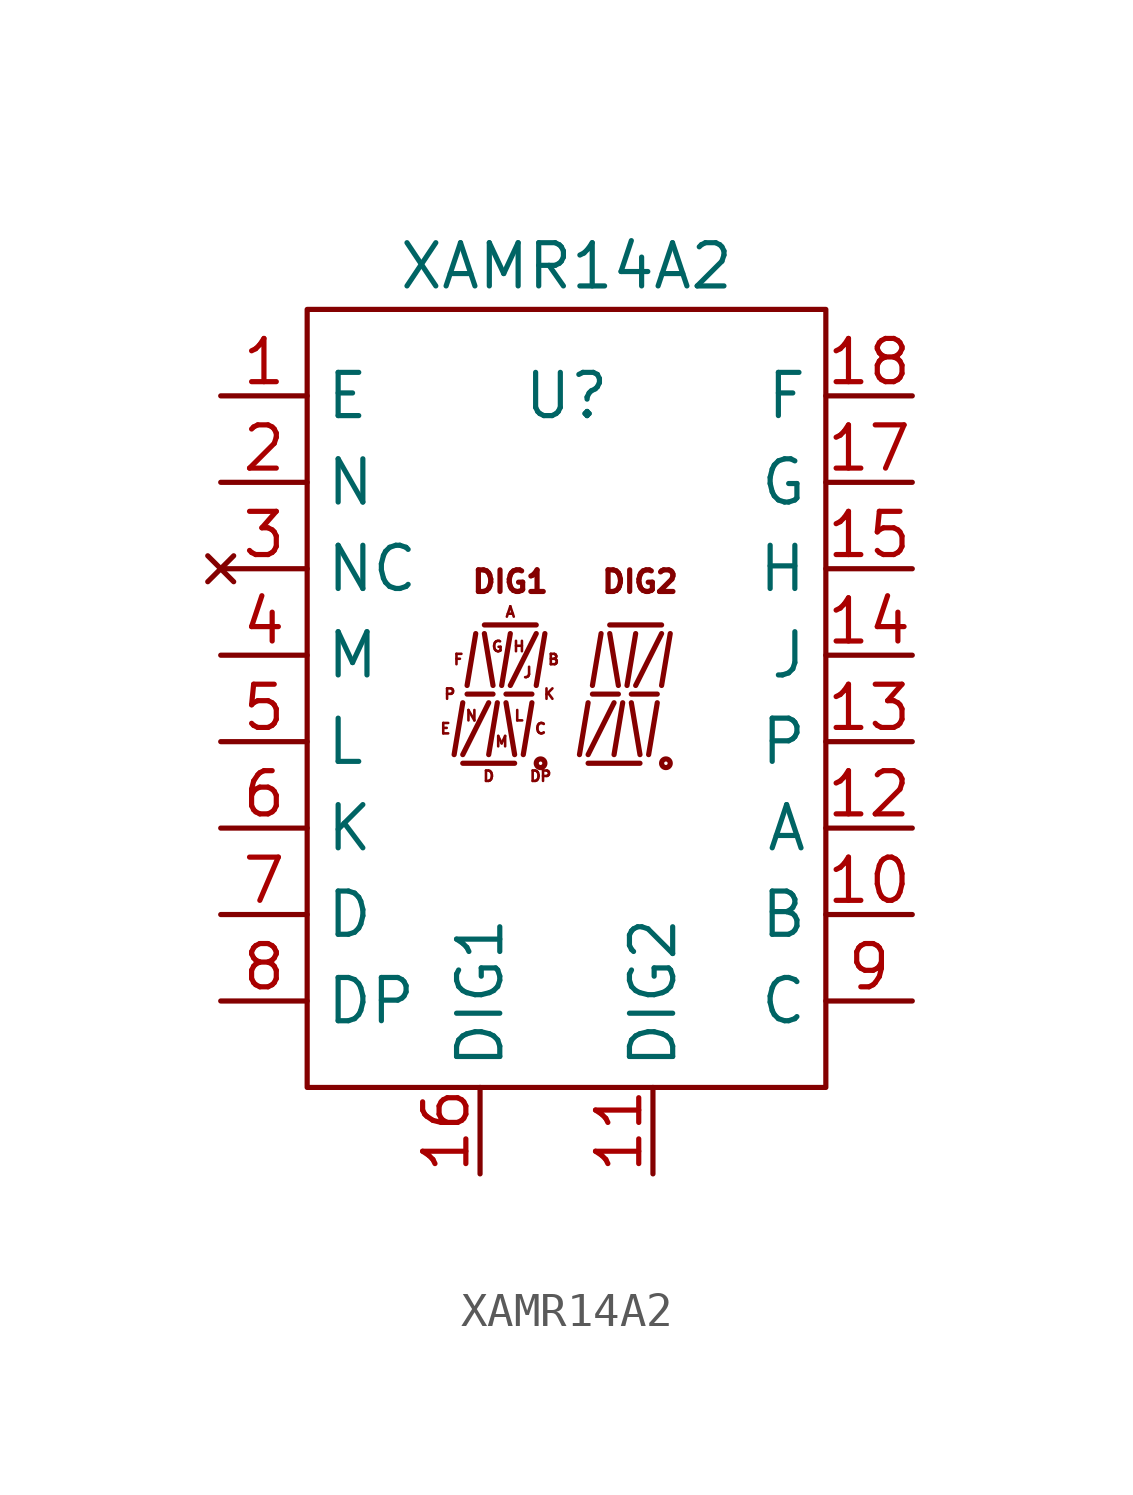
<source format=kicad_sym>
(kicad_symbol_lib
  (version 20211014)
  (generator kicad_symbol_editor)
  (symbol "XAMR14A2"
    (property "Reference" "U"
      (at 0 8.89 0)
      (effects (font (size 1.27 1.27))))
    (property "Value" "XAMR14A2"
      (at 0 12.7 0)
      (effects (font (size 1.27 1.27))))
    (symbol "XAMR14A2_0_0"
      (text "A" (at -1.651 2.54 0) (effects (font (size 0.305 0.305))))
      (text "B" (at -0.381 1.143 0) (effects (font (size 0.305 0.305))))
      (text "C" (at -0.762 -0.889 0) (effects (font (size 0.305 0.305))))
      (text "D" (at -2.286 -2.286 0) (effects (font (size 0.305 0.305))))
      (text "DIG1" (at -1.651 3.429 0) (effects (font (size 0.635 0.635))))
      (text "DIG2" (at 2.159 3.429 0) (effects (font (size 0.635 0.635))))
      (text "DP" (at -0.762 -2.286 0) (effects (font (size 0.305 0.305))))
      (text "E" (at -3.556 -0.889 0) (effects (font (size 0.305 0.305))))
      (text "F" (at -3.175 1.143 0) (effects (font (size 0.305 0.305))))
      (text "G" (at -2.032 1.524 0) (effects (font (size 0.305 0.305))))
      (text "H" (at -1.397 1.524 0) (effects (font (size 0.305 0.305))))
      (text "J" (at -1.143 0.762 0) (effects (font (size 0.305 0.305))))
      (text "K" (at -0.508 0.127 0) (effects (font (size 0.305 0.305))))
      (text "L" (at -1.397 -0.508 0) (effects (font (size 0.305 0.305))))
      (text "M" (at -1.905 -1.27 0) (effects (font (size 0.305 0.305))))
      (text "N" (at -2.794 -0.508 0) (effects (font (size 0.305 0.305))))
      (text "P" (at -3.429 0.127 0) (effects (font (size 0.305 0.305)))))
    (symbol "XAMR14A2_0_1"
      (rectangle (start -7.62 11.43) (end 7.62 -11.43) (stroke (width 0) (type default) (color 0 0 0 0)) (fill (type none)))
      (circle (center -0.762 -1.905) (radius 0.127) (stroke (width 0) (type default) (color 0 0 0 0)) (fill (type none)))
      (polyline (pts (xy -3.302 -1.651) (xy -3.048 -0.127)) (stroke (width 0) (type default) (color 0 0 0 0)) (fill (type none)))
      (polyline (pts (xy -2.921 0.127) (xy -2.159 0.127)) (stroke (width 0) (type default) (color 0 0 0 0)) (fill (type none)))
      (polyline (pts (xy -2.413 2.159) (xy -0.889 2.159)) (stroke (width 0) (type default) (color 0 0 0 0)) (fill (type none)))
      (polyline (pts (xy -2.286 -0.127) (xy -3.048 -1.651)) (stroke (width 0) (type default) (color 0 0 0 0)) (fill (type none)))
      (polyline (pts (xy -2.159 0.381) (xy -2.413 1.905)) (stroke (width 0) (type default) (color 0 0 0 0)) (fill (type none)))
      (polyline (pts (xy -1.778 -0.127) (xy -1.524 -1.651)) (stroke (width 0) (type default) (color 0 0 0 0)) (fill (type none)))
      (polyline (pts (xy -1.651 0.381) (xy -0.889 1.905)) (stroke (width 0) (type default) (color 0 0 0 0)) (fill (type none)))
      (polyline (pts (xy -1.524 -1.905) (xy -3.048 -1.905)) (stroke (width 0) (type default) (color 0 0 0 0)) (fill (type none)))
      (polyline (pts (xy -1.016 0.127) (xy -1.778 0.127)) (stroke (width 0) (type default) (color 0 0 0 0)) (fill (type none))))
    (symbol "XAMR14A2_1_1"
      (polyline (pts (xy -2.921 0.381) (xy -2.667 1.905)) (stroke (width 0) (type default) (color 0 0 0 0)) (fill (type none)))
      (polyline (pts (xy -2.286 -1.651) (xy -2.032 -0.127)) (stroke (width 0) (type default) (color 0 0 0 0)) (fill (type none)))
      (polyline (pts (xy -1.905 0.381) (xy -1.651 1.905)) (stroke (width 0) (type default) (color 0 0 0 0)) (fill (type none)))
      (polyline (pts (xy -1.27 -1.651) (xy -1.016 -0.127)) (stroke (width 0) (type default) (color 0 0 0 0)) (fill (type none)))
      (polyline (pts (xy -0.889 0.381) (xy -0.635 1.905)) (stroke (width 0) (type default) (color 0 0 0 0)) (fill (type none)))
      (polyline (pts (xy 0.381 -1.651) (xy 0.635 -0.127)) (stroke (width 0) (type default) (color 0 0 0 0)) (fill (type none)))
      (polyline (pts (xy 0.762 0.127) (xy 1.524 0.127)) (stroke (width 0) (type default) (color 0 0 0 0)) (fill (type none)))
      (polyline (pts (xy 0.762 0.381) (xy 1.016 1.905)) (stroke (width 0) (type default) (color 0 0 0 0)) (fill (type none)))
      (polyline (pts (xy 1.27 2.159) (xy 2.794 2.159)) (stroke (width 0) (type default) (color 0 0 0 0)) (fill (type none)))
      (polyline (pts (xy 1.397 -1.651) (xy 1.651 -0.127)) (stroke (width 0) (type default) (color 0 0 0 0)) (fill (type none)))
      (polyline (pts (xy 1.397 -0.127) (xy 0.635 -1.651)) (stroke (width 0) (type default) (color 0 0 0 0)) (fill (type none)))
      (polyline (pts (xy 1.524 0.381) (xy 1.27 1.905)) (stroke (width 0) (type default) (color 0 0 0 0)) (fill (type none)))
      (polyline (pts (xy 1.778 0.381) (xy 2.032 1.905)) (stroke (width 0) (type default) (color 0 0 0 0)) (fill (type none)))
      (polyline (pts (xy 1.905 -0.127) (xy 2.159 -1.651)) (stroke (width 0) (type default) (color 0 0 0 0)) (fill (type none)))
      (polyline (pts (xy 2.032 0.381) (xy 2.794 1.905)) (stroke (width 0) (type default) (color 0 0 0 0)) (fill (type none)))
      (polyline (pts (xy 2.159 -1.905) (xy 0.635 -1.905)) (stroke (width 0) (type default) (color 0 0 0 0)) (fill (type none)))
      (polyline (pts (xy 2.413 -1.651) (xy 2.667 -0.127)) (stroke (width 0) (type default) (color 0 0 0 0)) (fill (type none)))
      (polyline (pts (xy 2.667 0.127) (xy 1.905 0.127)) (stroke (width 0) (type default) (color 0 0 0 0)) (fill (type none)))
      (polyline (pts (xy 2.794 0.381) (xy 3.048 1.905)) (stroke (width 0) (type default) (color 0 0 0 0)) (fill (type none)))
      (circle (center 2.921 -1.905) (radius 0.127) (stroke (width 0) (type default) (color 0 0 0 0)) (fill (type none)))
      (pin input line (at -10.16 8.89 0) (length 2.54) (name "E" (effects (font (size 1.27 1.27)))) (number "1" (effects (font (size 1.27 1.27)))))
      (pin input line (at 10.16 -6.35 180) (length 2.54) (name "B" (effects (font (size 1.27 1.27)))) (number "10" (effects (font (size 1.27 1.27)))))
      (pin passive line (at 2.54 -13.97 90) (length 2.54) (name "DIG2" (effects (font (size 1.27 1.27)))) (number "11" (effects (font (size 1.27 1.27)))))
      (pin input line (at 10.16 -3.81 180) (length 2.54) (name "A" (effects (font (size 1.27 1.27)))) (number "12" (effects (font (size 1.27 1.27)))))
      (pin input line (at 10.16 -1.27 180) (length 2.54) (name "P" (effects (font (size 1.27 1.27)))) (number "13" (effects (font (size 1.27 1.27)))))
      (pin input line (at 10.16 1.27 180) (length 2.54) (name "J" (effects (font (size 1.27 1.27)))) (number "14" (effects (font (size 1.27 1.27)))))
      (pin input line (at 10.16 3.81 180) (length 2.54) (name "H" (effects (font (size 1.27 1.27)))) (number "15" (effects (font (size 1.27 1.27)))))
      (pin passive line (at -2.54 -13.97 90) (length 2.54) (name "DIG1" (effects (font (size 1.27 1.27)))) (number "16" (effects (font (size 1.27 1.27)))))
      (pin input line (at 10.16 6.35 180) (length 2.54) (name "G" (effects (font (size 1.27 1.27)))) (number "17" (effects (font (size 1.27 1.27)))))
      (pin input line (at 10.16 8.89 180) (length 2.54) (name "F" (effects (font (size 1.27 1.27)))) (number "18" (effects (font (size 1.27 1.27)))))
      (pin input line (at -10.16 6.35 0) (length 2.54) (name "N" (effects (font (size 1.27 1.27)))) (number "2" (effects (font (size 1.27 1.27)))))
      (pin no_connect line (at -10.16 3.81 0) (length 2.54) (name "NC" (effects (font (size 1.27 1.27)))) (number "3" (effects (font (size 1.27 1.27)))))
      (pin input line (at -10.16 1.27 0) (length 2.54) (name "M" (effects (font (size 1.27 1.27)))) (number "4" (effects (font (size 1.27 1.27)))))
      (pin input line (at -10.16 -1.27 0) (length 2.54) (name "L" (effects (font (size 1.27 1.27)))) (number "5" (effects (font (size 1.27 1.27)))))
      (pin input line (at -10.16 -3.81 0) (length 2.54) (name "K" (effects (font (size 1.27 1.27)))) (number "6" (effects (font (size 1.27 1.27)))))
      (pin input line (at -10.16 -6.35 0) (length 2.54) (name "D" (effects (font (size 1.27 1.27)))) (number "7" (effects (font (size 1.27 1.27)))))
      (pin input line (at -10.16 -8.89 0) (length 2.54) (name "DP" (effects (font (size 1.27 1.27)))) (number "8" (effects (font (size 1.27 1.27)))))
      (pin input line (at 10.16 -8.89 180) (length 2.54) (name "C" (effects (font (size 1.27 1.27)))) (number "9" (effects (font (size 1.27 1.27))))))))
</source>
